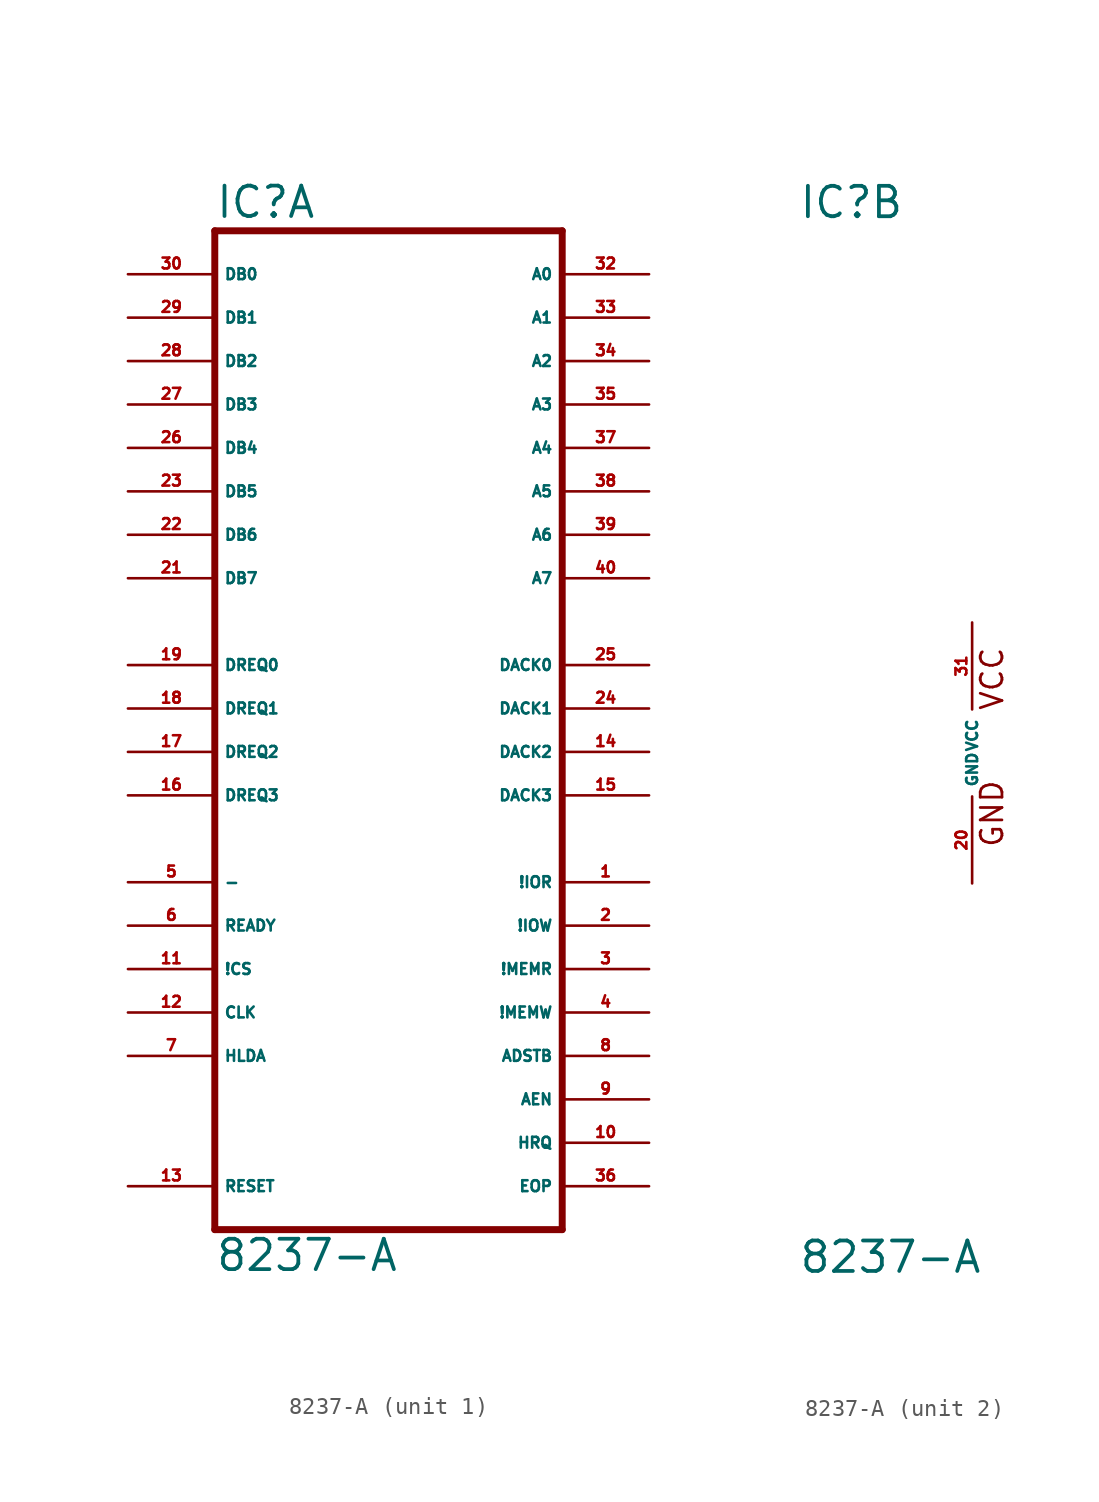
<source format=kicad_sym>
(kicad_symbol_lib
  (version 20220914)
  (generator Eagle2Kicad)
  (symbol "8237-A"
    (property "Reference" "IC"
      (at -10.16 31.115 0)
      (effects (font (size 1.778 1.778) (thickness 0.22)) (justify left bottom)))
    (property "Value" "8237-A"
      (at -10.16 -30.48 0)
      (effects (font (size 1.778 1.778) (thickness 0.22)) (justify left bottom)))
    (symbol "8237-A_1_0"
      (polyline (pts (xy -10.16 30.48) (xy 10.16 30.48)) (stroke (width 0.406) (type default)) (fill (type none)))
      (polyline (pts (xy 10.16 30.48) (xy 10.16 -27.94)) (stroke (width 0.406) (type default)) (fill (type none)))
      (polyline (pts (xy 10.16 -27.94) (xy -10.16 -27.94)) (stroke (width 0.406) (type default)) (fill (type none)))
      (polyline (pts (xy -10.16 -27.94) (xy -10.16 30.48)) (stroke (width 0.406) (type default)) (fill (type none)))
      (pin bidirectional line (at -15.24 27.94 0) (length 5.08) (name "DB0" (effects (font (size 0.635 0.635) (thickness 0.08)) (justify left bottom))) (number "30" (effects (font (size 0.635 0.635) (thickness 0.08)) (justify left bottom))))
      (pin bidirectional line (at -15.24 25.4 0) (length 5.08) (name "DB1" (effects (font (size 0.635 0.635) (thickness 0.08)) (justify left bottom))) (number "29" (effects (font (size 0.635 0.635) (thickness 0.08)) (justify left bottom))))
      (pin bidirectional line (at -15.24 22.86 0) (length 5.08) (name "DB2" (effects (font (size 0.635 0.635) (thickness 0.08)) (justify left bottom))) (number "28" (effects (font (size 0.635 0.635) (thickness 0.08)) (justify left bottom))))
      (pin bidirectional line (at -15.24 20.32 0) (length 5.08) (name "DB3" (effects (font (size 0.635 0.635) (thickness 0.08)) (justify left bottom))) (number "27" (effects (font (size 0.635 0.635) (thickness 0.08)) (justify left bottom))))
      (pin bidirectional line (at -15.24 17.78 0) (length 5.08) (name "DB4" (effects (font (size 0.635 0.635) (thickness 0.08)) (justify left bottom))) (number "26" (effects (font (size 0.635 0.635) (thickness 0.08)) (justify left bottom))))
      (pin bidirectional line (at -15.24 15.24 0) (length 5.08) (name "DB5" (effects (font (size 0.635 0.635) (thickness 0.08)) (justify left bottom))) (number "23" (effects (font (size 0.635 0.635) (thickness 0.08)) (justify left bottom))))
      (pin bidirectional line (at -15.24 12.7 0) (length 5.08) (name "DB6" (effects (font (size 0.635 0.635) (thickness 0.08)) (justify left bottom))) (number "22" (effects (font (size 0.635 0.635) (thickness 0.08)) (justify left bottom))))
      (pin bidirectional line (at -15.24 10.16 0) (length 5.08) (name "DB7" (effects (font (size 0.635 0.635) (thickness 0.08)) (justify left bottom))) (number "21" (effects (font (size 0.635 0.635) (thickness 0.08)) (justify left bottom))))
      (pin input line (at -15.24 5.08 0) (length 5.08) (name "DREQ0" (effects (font (size 0.635 0.635) (thickness 0.08)) (justify left bottom))) (number "19" (effects (font (size 0.635 0.635) (thickness 0.08)) (justify left bottom))))
      (pin input line (at -15.24 2.54 0) (length 5.08) (name "DREQ1" (effects (font (size 0.635 0.635) (thickness 0.08)) (justify left bottom))) (number "18" (effects (font (size 0.635 0.635) (thickness 0.08)) (justify left bottom))))
      (pin input line (at -15.24 0 0) (length 5.08) (name "DREQ2" (effects (font (size 0.635 0.635) (thickness 0.08)) (justify left bottom))) (number "17" (effects (font (size 0.635 0.635) (thickness 0.08)) (justify left bottom))))
      (pin input line (at -15.24 -2.54 0) (length 5.08) (name "DREQ3" (effects (font (size 0.635 0.635) (thickness 0.08)) (justify left bottom))) (number "16" (effects (font (size 0.635 0.635) (thickness 0.08)) (justify left bottom))))
      (pin output line (at 15.24 5.08 180) (length 5.08) (name "DACK0" (effects (font (size 0.635 0.635) (thickness 0.08)) (justify left bottom))) (number "25" (effects (font (size 0.635 0.635) (thickness 0.08)) (justify left bottom))))
      (pin output line (at 15.24 2.54 180) (length 5.08) (name "DACK1" (effects (font (size 0.635 0.635) (thickness 0.08)) (justify left bottom))) (number "24" (effects (font (size 0.635 0.635) (thickness 0.08)) (justify left bottom))))
      (pin output line (at 15.24 0 180) (length 5.08) (name "DACK2" (effects (font (size 0.635 0.635) (thickness 0.08)) (justify left bottom))) (number "14" (effects (font (size 0.635 0.635) (thickness 0.08)) (justify left bottom))))
      (pin output line (at 15.24 -2.54 180) (length 5.08) (name "DACK3" (effects (font (size 0.635 0.635) (thickness 0.08)) (justify left bottom))) (number "15" (effects (font (size 0.635 0.635) (thickness 0.08)) (justify left bottom))))
      (pin bidirectional line (at 15.24 27.94 180) (length 5.08) (name "A0" (effects (font (size 0.635 0.635) (thickness 0.08)) (justify left bottom))) (number "32" (effects (font (size 0.635 0.635) (thickness 0.08)) (justify left bottom))))
      (pin bidirectional line (at 15.24 25.4 180) (length 5.08) (name "A1" (effects (font (size 0.635 0.635) (thickness 0.08)) (justify left bottom))) (number "33" (effects (font (size 0.635 0.635) (thickness 0.08)) (justify left bottom))))
      (pin bidirectional line (at 15.24 22.86 180) (length 5.08) (name "A2" (effects (font (size 0.635 0.635) (thickness 0.08)) (justify left bottom))) (number "34" (effects (font (size 0.635 0.635) (thickness 0.08)) (justify left bottom))))
      (pin bidirectional line (at 15.24 20.32 180) (length 5.08) (name "A3" (effects (font (size 0.635 0.635) (thickness 0.08)) (justify left bottom))) (number "35" (effects (font (size 0.635 0.635) (thickness 0.08)) (justify left bottom))))
      (pin output line (at 15.24 17.78 180) (length 5.08) (name "A4" (effects (font (size 0.635 0.635) (thickness 0.08)) (justify left bottom))) (number "37" (effects (font (size 0.635 0.635) (thickness 0.08)) (justify left bottom))))
      (pin output line (at 15.24 15.24 180) (length 5.08) (name "A5" (effects (font (size 0.635 0.635) (thickness 0.08)) (justify left bottom))) (number "38" (effects (font (size 0.635 0.635) (thickness 0.08)) (justify left bottom))))
      (pin output line (at 15.24 12.7 180) (length 5.08) (name "A6" (effects (font (size 0.635 0.635) (thickness 0.08)) (justify left bottom))) (number "39" (effects (font (size 0.635 0.635) (thickness 0.08)) (justify left bottom))))
      (pin output line (at 15.24 10.16 180) (length 5.08) (name "A7" (effects (font (size 0.635 0.635) (thickness 0.08)) (justify left bottom))) (number "40" (effects (font (size 0.635 0.635) (thickness 0.08)) (justify left bottom))))
      (pin bidirectional line (at 15.24 -7.62 180) (length 5.08) (name "!IOR" (effects (font (size 0.635 0.635) (thickness 0.08)) (justify left bottom))) (number "1" (effects (font (size 0.635 0.635) (thickness 0.08)) (justify left bottom))))
      (pin bidirectional line (at 15.24 -10.16 180) (length 5.08) (name "!IOW" (effects (font (size 0.635 0.635) (thickness 0.08)) (justify left bottom))) (number "2" (effects (font (size 0.635 0.635) (thickness 0.08)) (justify left bottom))))
      (pin output line (at 15.24 -12.7 180) (length 5.08) (name "!MEMR" (effects (font (size 0.635 0.635) (thickness 0.08)) (justify left bottom))) (number "3" (effects (font (size 0.635 0.635) (thickness 0.08)) (justify left bottom))))
      (pin output line (at 15.24 -15.24 180) (length 5.08) (name "!MEMW" (effects (font (size 0.635 0.635) (thickness 0.08)) (justify left bottom))) (number "4" (effects (font (size 0.635 0.635) (thickness 0.08)) (justify left bottom))))
      (pin output line (at 15.24 -17.78 180) (length 5.08) (name "ADSTB" (effects (font (size 0.635 0.635) (thickness 0.08)) (justify left bottom))) (number "8" (effects (font (size 0.635 0.635) (thickness 0.08)) (justify left bottom))))
      (pin output line (at 15.24 -20.32 180) (length 5.08) (name "AEN" (effects (font (size 0.635 0.635) (thickness 0.08)) (justify left bottom))) (number "9" (effects (font (size 0.635 0.635) (thickness 0.08)) (justify left bottom))))
      (pin output line (at 15.24 -22.86 180) (length 5.08) (name "HRQ" (effects (font (size 0.635 0.635) (thickness 0.08)) (justify left bottom))) (number "10" (effects (font (size 0.635 0.635) (thickness 0.08)) (justify left bottom))))
      (pin bidirectional line (at 15.24 -25.4 180) (length 5.08) (name "EOP" (effects (font (size 0.635 0.635) (thickness 0.08)) (justify left bottom))) (number "36" (effects (font (size 0.635 0.635) (thickness 0.08)) (justify left bottom))))
      (pin input line (at -15.24 -7.62 0) (length 5.08) (name "-" (effects (font (size 0.635 0.635) (thickness 0.08)) (justify left bottom))) (number "5" (effects (font (size 0.635 0.635) (thickness 0.08)) (justify left bottom))))
      (pin input line (at -15.24 -10.16 0) (length 5.08) (name "READY" (effects (font (size 0.635 0.635) (thickness 0.08)) (justify left bottom))) (number "6" (effects (font (size 0.635 0.635) (thickness 0.08)) (justify left bottom))))
      (pin input line (at -15.24 -12.7 0) (length 5.08) (name "!CS" (effects (font (size 0.635 0.635) (thickness 0.08)) (justify left bottom))) (number "11" (effects (font (size 0.635 0.635) (thickness 0.08)) (justify left bottom))))
      (pin input line (at -15.24 -15.24 0) (length 5.08) (name "CLK" (effects (font (size 0.635 0.635) (thickness 0.08)) (justify left bottom))) (number "12" (effects (font (size 0.635 0.635) (thickness 0.08)) (justify left bottom))))
      (pin input line (at -15.24 -17.78 0) (length 5.08) (name "HLDA" (effects (font (size 0.635 0.635) (thickness 0.08)) (justify left bottom))) (number "7" (effects (font (size 0.635 0.635) (thickness 0.08)) (justify left bottom))))
      (pin input line (at -15.24 -25.4 0) (length 5.08) (name "RESET" (effects (font (size 0.635 0.635) (thickness 0.08)) (justify left bottom))) (number "13" (effects (font (size 0.635 0.635) (thickness 0.08)) (justify left bottom)))))
    (symbol "8237-A_2_0"
      (text "GND" (at 1.905 -5.588 900) (effects (font (size 1.27 1.27) (thickness 0.16)) (justify left bottom)))
      (text "VCC" (at 1.905 2.413 900) (effects (font (size 1.27 1.27) (thickness 0.16)) (justify left bottom)))
      (pin unspecified line (at 0 7.62 270) (length 5.08) (name "VCC" (effects (font (size 0.635 0.635) (thickness 0.08)) (justify left bottom))) (number "31" (effects (font (size 0.635 0.635) (thickness 0.08)) (justify left bottom))))
      (pin unspecified line (at 0 -7.62 90) (length 5.08) (name "GND" (effects (font (size 0.635 0.635) (thickness 0.08)) (justify left bottom))) (number "20" (effects (font (size 0.635 0.635) (thickness 0.08)) (justify left bottom)))))))
</source>
